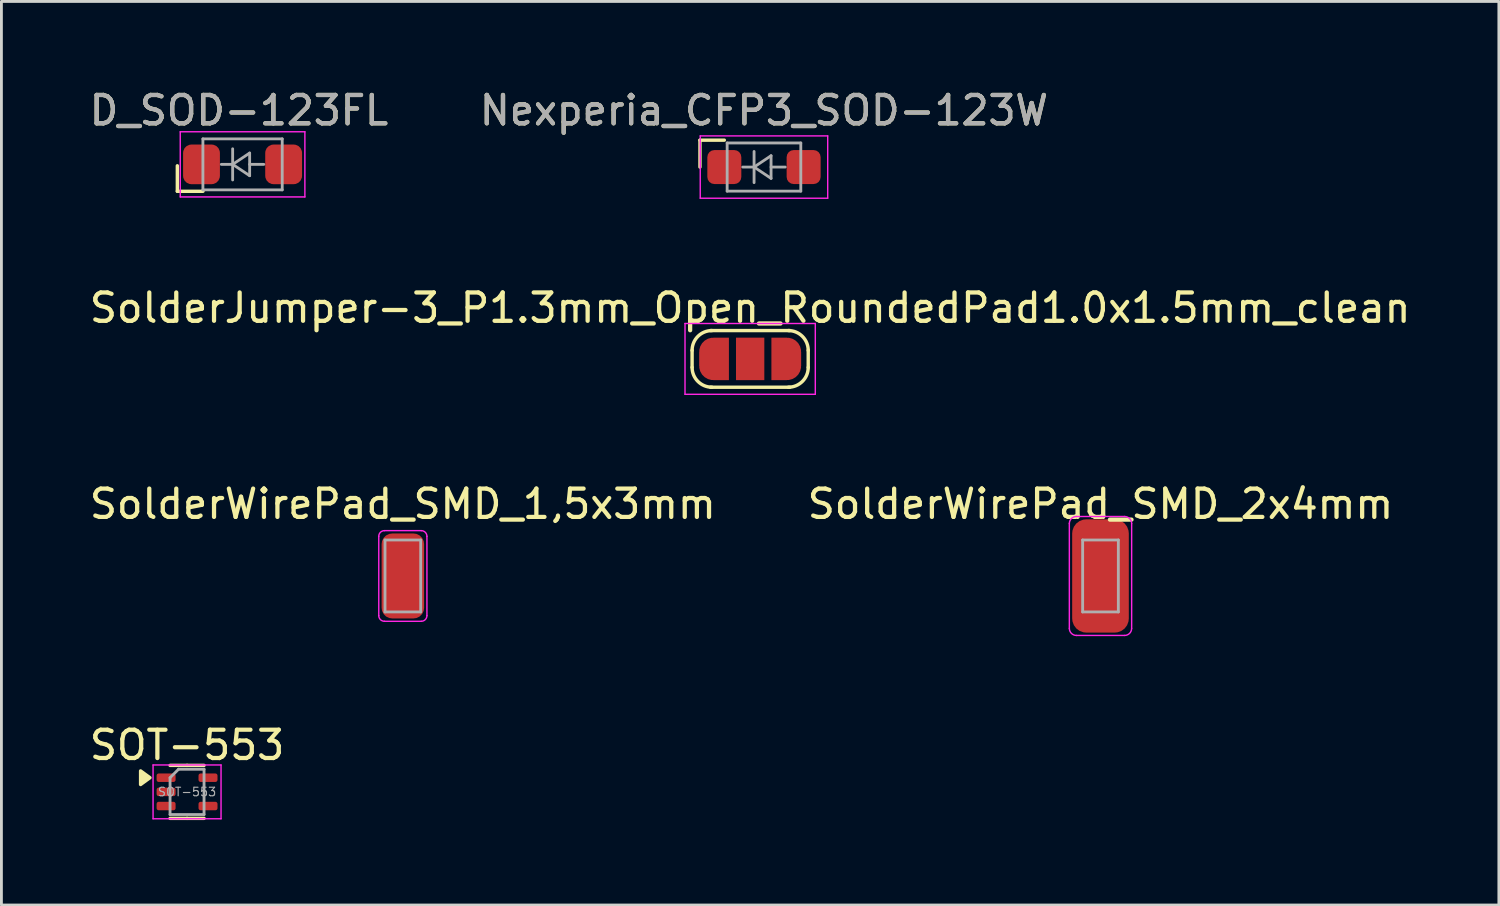
<source format=kicad_pcb>
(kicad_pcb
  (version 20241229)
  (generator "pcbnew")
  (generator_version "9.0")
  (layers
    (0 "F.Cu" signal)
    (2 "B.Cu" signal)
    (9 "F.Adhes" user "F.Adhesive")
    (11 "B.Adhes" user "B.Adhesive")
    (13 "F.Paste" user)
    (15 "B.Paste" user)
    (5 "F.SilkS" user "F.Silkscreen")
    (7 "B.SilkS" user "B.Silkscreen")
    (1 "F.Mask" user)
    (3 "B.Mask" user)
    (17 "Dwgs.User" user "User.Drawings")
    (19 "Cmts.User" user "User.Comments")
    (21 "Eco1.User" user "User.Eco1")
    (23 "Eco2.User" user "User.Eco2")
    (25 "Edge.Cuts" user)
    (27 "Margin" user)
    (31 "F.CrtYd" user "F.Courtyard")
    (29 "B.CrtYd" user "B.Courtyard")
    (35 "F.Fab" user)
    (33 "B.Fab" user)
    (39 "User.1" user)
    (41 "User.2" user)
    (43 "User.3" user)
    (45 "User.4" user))
  (footprint "SolderJumper-3_P1.3mm_Open_RoundedPad1.0x1.5mm_clean"
    (layer "F.Cu")
    (at 23.435 9.621)
    (property "Reference" "SolderJumper-3_P1.3mm_Open_RoundedPad1.0x1.5mm_clean" (at 0 -1.8 0) (layer "F.SilkS") (effects (font (size 1 1) (thickness 0.15))))
    (attr exclude_from_pos_files exclude_from_bom allow_soldermask_bridges)
    (fp_rect (start -0.75 -0.75) (end 0.75 0.75) (stroke (width 0) (type default)) (fill yes) (layer "F.Mask"))
    (fp_line (start -2.05 0.3) (end -2.05 -0.3) (stroke (width 0.12) (type solid)) (layer "F.SilkS"))
    (fp_line (start -1.4 -1) (end 1.4 -1) (stroke (width 0.12) (type solid)) (layer "F.SilkS"))
    (fp_line (start 1.4 1) (end -1.4 1) (stroke (width 0.12) (type solid)) (layer "F.SilkS"))
    (fp_line (start 2.05 -0.3) (end 2.05 0.3) (stroke (width 0.12) (type solid)) (layer "F.SilkS"))
    (fp_arc (start -2.05 -0.3) (mid -1.844975 -0.794975) (end -1.35 -1) (stroke (width 0.12) (type solid)) (layer "F.SilkS"))
    (fp_arc (start -1.35 1) (mid -1.844975 0.794975) (end -2.05 0.3) (stroke (width 0.12) (type solid)) (layer "F.SilkS"))
    (fp_arc (start 1.35 -1) (mid 1.844975 -0.794975) (end 2.05 -0.3) (stroke (width 0.12) (type solid)) (layer "F.SilkS"))
    (fp_arc (start 2.05 0.3) (mid 1.844975 0.794975) (end 1.35 1) (stroke (width 0.12) (type solid)) (layer "F.SilkS"))
    (fp_line (start -2.3 -1.25) (end -2.3 1.25) (stroke (width 0.05) (type solid)) (layer "F.CrtYd"))
    (fp_line (start -2.3 -1.25) (end 2.3 -1.25) (stroke (width 0.05) (type solid)) (layer "F.CrtYd"))
    (fp_line (start 2.3 1.25) (end -2.3 1.25) (stroke (width 0.05) (type solid)) (layer "F.CrtYd"))
    (fp_line (start 2.3 1.25) (end 2.3 -1.25) (stroke (width 0.05) (type solid)) (layer "F.CrtYd"))
    (pad "1" smd custom (at -1.3 0) (size 1 0.5) (layers "F.Cu" "F.Mask") (options (anchor rect)) (primitives (gr_circle (center 0 0.25) (end 0.5 0.25) (width 0) (fill yes)) (gr_circle (center 0 -0.25) (end 0.5 -0.25) (width 0) (fill yes)) (gr_poly (pts (xy 0.55 0.75) (xy 0 0.75) (xy 0 -0.75) (xy 0.55 -0.75)) (width 0) (fill yes))))
    (pad "2" smd rect (at 0 0) (size 1 1.5) (layers "F.Cu" "F.Mask"))
    (pad "3" smd custom (at 1.3 0) (size 1 0.5) (layers "F.Cu" "F.Mask") (options (anchor rect)) (primitives (gr_circle (center 0 0.25) (end 0.5 0.25) (width 0) (fill yes)) (gr_circle (center 0 -0.25) (end 0.5 -0.25) (width 0) (fill yes)) (gr_poly (pts (xy 0 0.75) (xy -0.55 0.75) (xy -0.55 -0.75) (xy 0 -0.75)) (width 0) (fill yes)))))
  (footprint "D_SOD-123FL"
    (layer "F.Cu")
    (at 5.514 2.753)
    (property "Reference" "D_SOD-123FL" (at -0.127 -1.905 0) (layer "F.SilkS") (effects (font (size 1 1) (thickness 0.15))))
    (attr smd)
    (fp_line (start -2.303 0.05) (end -2.303 0.95) (stroke (width 0.12) (type solid)) (layer "F.SilkS"))
    (fp_line (start -2.303 0.95) (end -1.397 0.95) (stroke (width 0.12) (type solid)) (layer "F.SilkS"))
    (fp_line (start -2.2 -1.15) (end -2.2 1.15) (stroke (width 0.05) (type solid)) (layer "F.CrtYd"))
    (fp_line (start -2.2 -1.15) (end 2.2 -1.15) (stroke (width 0.05) (type solid)) (layer "F.CrtYd"))
    (fp_line (start 2.2 -1.15) (end 2.2 1.15) (stroke (width 0.05) (type solid)) (layer "F.CrtYd"))
    (fp_line (start 2.2 1.15) (end -2.2 1.15) (stroke (width 0.05) (type solid)) (layer "F.CrtYd"))
    (fp_line (start -1.4 -0.9) (end 1.4 -0.9) (stroke (width 0.1) (type solid)) (layer "F.Fab"))
    (fp_line (start -1.4 0.9) (end -1.4 -0.9) (stroke (width 0.1) (type solid)) (layer "F.Fab"))
    (fp_line (start -0.75 0) (end -0.35 0) (stroke (width 0.1) (type solid)) (layer "F.Fab"))
    (fp_line (start -0.35 0) (end -0.35 -0.55) (stroke (width 0.1) (type solid)) (layer "F.Fab"))
    (fp_line (start -0.35 0) (end -0.35 0.55) (stroke (width 0.1) (type solid)) (layer "F.Fab"))
    (fp_line (start -0.35 0) (end 0.25 -0.4) (stroke (width 0.1) (type solid)) (layer "F.Fab"))
    (fp_line (start 0.25 -0.4) (end 0.25 0.4) (stroke (width 0.1) (type solid)) (layer "F.Fab"))
    (fp_line (start 0.25 0) (end 0.75 0) (stroke (width 0.1) (type solid)) (layer "F.Fab"))
    (fp_line (start 0.25 0.4) (end -0.35 0) (stroke (width 0.1) (type solid)) (layer "F.Fab"))
    (fp_line (start 1.4 -0.9) (end 1.4 0.9) (stroke (width 0.1) (type solid)) (layer "F.Fab"))
    (fp_line (start 1.4 0.9) (end -1.4 0.9) (stroke (width 0.1) (type solid)) (layer "F.Fab"))
    (fp_text user "${REFERENCE}" (at -0.127 -1.905 0) (layer "F.Fab") (effects (font (size 1 1) (thickness 0.15))))
    (pad "1" smd roundrect (at -1.45 0) (size 1.3 1.4) (layers "F.Cu" "F.Mask" "F.Paste") (roundrect_rratio 0.227))
    (pad "2" smd roundrect (at 1.45 0) (size 1.3 1.4) (layers "F.Cu" "F.Mask" "F.Paste") (roundrect_rratio 0.227)))
  (footprint "SolderWirePad_SMD_2x4mm"
    (layer "F.Cu")
    (at 35.804 17.285)
    (property "Reference" "SolderWirePad_SMD_2x4mm" (at 0 -2.54 0) (layer "F.SilkS") (effects (font (size 1 1) (thickness 0.15))))
    (attr exclude_from_pos_files exclude_from_bom)
    (fp_line (start -1.1 1.85) (end -1.1 -1.85) (stroke (width 0.05) (type default)) (layer "F.CrtYd"))
    (fp_line (start -0.85 -2.1) (end 0.85 -2.1) (stroke (width 0.05) (type default)) (layer "F.CrtYd"))
    (fp_line (start 0.85 2.1) (end -0.85 2.1) (stroke (width 0.05) (type default)) (layer "F.CrtYd"))
    (fp_line (start 1.1 -1.85) (end 1.1 1.85) (stroke (width 0.05) (type default)) (layer "F.CrtYd"))
    (fp_arc (start -1.1 -1.85) (mid -1.026777 -2.026777) (end -0.85 -2.1) (stroke (width 0.05) (type default)) (layer "F.CrtYd"))
    (fp_arc (start -0.85 2.1) (mid -1.026777 2.026777) (end -1.1 1.85) (stroke (width 0.05) (type default)) (layer "F.CrtYd"))
    (fp_arc (start 0.85 -2.1) (mid 1.026777 -2.026777) (end 1.1 -1.85) (stroke (width 0.05) (type default)) (layer "F.CrtYd"))
    (fp_arc (start 1.1 1.85) (mid 1.026777 2.026777) (end 0.85 2.1) (stroke (width 0.05) (type default)) (layer "F.CrtYd"))
    (fp_line (start -0.63 -1.27) (end 0.63 -1.27) (stroke (width 0.1) (type solid)) (layer "F.Fab"))
    (fp_line (start -0.63 1.27) (end -0.63 -1.27) (stroke (width 0.1) (type solid)) (layer "F.Fab"))
    (fp_line (start 0.63 -1.27) (end 0.63 1.27) (stroke (width 0.1) (type solid)) (layer "F.Fab"))
    (fp_line (start 0.63 1.27) (end -0.63 1.27) (stroke (width 0.1) (type solid)) (layer "F.Fab"))
    (pad "1" smd roundrect (at 0 0) (size 2 4) (layers "F.Cu" "F.Mask" "F.Paste") (roundrect_rratio 0.25)))
  (footprint "SOT-553"
    (layer "F.Cu")
    (at 3.554 24.908)
    (property "Reference" "SOT-553" (at 0 -1.65 0) (layer "F.SilkS") (effects (font (size 1 1) (thickness 0.15))))
    (attr smd)
    (fp_line (start 0 -0.935) (end -0.6 -0.935) (stroke (width 0.12) (type solid)) (layer "F.SilkS"))
    (fp_line (start 0 -0.935) (end 0.6 -0.935) (stroke (width 0.12) (type solid)) (layer "F.SilkS"))
    (fp_line (start 0 0.935) (end -0.6 0.935) (stroke (width 0.12) (type solid)) (layer "F.SilkS"))
    (fp_line (start 0 0.935) (end 0.6 0.935) (stroke (width 0.12) (type solid)) (layer "F.SilkS"))
    (fp_poly (pts (xy -1.31 -0.5) (xy -1.64 -0.74) (xy -1.64 -0.26) (xy -1.31 -0.5)) (stroke (width 0.12) (type solid)) (fill yes) (layer "F.SilkS"))
    (fp_line (start -1.2 -0.95) (end -1.2 0.95) (stroke (width 0.05) (type solid)) (layer "F.CrtYd"))
    (fp_line (start -1.2 0.95) (end 1.2 0.95) (stroke (width 0.05) (type solid)) (layer "F.CrtYd"))
    (fp_line (start 1.2 -0.95) (end -1.2 -0.95) (stroke (width 0.05) (type solid)) (layer "F.CrtYd"))
    (fp_line (start 1.2 0.95) (end 1.2 -0.95) (stroke (width 0.05) (type solid)) (layer "F.CrtYd"))
    (fp_line (start -0.6 -0.5) (end -0.3 -0.8) (stroke (width 0.1) (type solid)) (layer "F.Fab"))
    (fp_line (start -0.6 0.8) (end -0.6 -0.5) (stroke (width 0.1) (type solid)) (layer "F.Fab"))
    (fp_line (start -0.3 -0.8) (end 0.6 -0.8) (stroke (width 0.1) (type solid)) (layer "F.Fab"))
    (fp_line (start 0.6 -0.8) (end 0.6 0.8) (stroke (width 0.1) (type solid)) (layer "F.Fab"))
    (fp_line (start 0.6 0.8) (end -0.6 0.8) (stroke (width 0.1) (type solid)) (layer "F.Fab"))
    (fp_text user "${REFERENCE}" (at 0 0 0) (layer "F.Fab") (effects (font (size 0.3 0.3) (thickness 0.04))))
    (pad "1" smd roundrect (at -0.74 -0.5) (size 0.67 0.3) (layers "F.Cu" "F.Mask" "F.Paste") (roundrect_rratio 0.25))
    (pad "2" smd roundrect (at -0.74 0) (size 0.67 0.3) (layers "F.Cu" "F.Mask" "F.Paste") (roundrect_rratio 0.25))
    (pad "3" smd roundrect (at -0.74 0.5) (size 0.67 0.3) (layers "F.Cu" "F.Mask" "F.Paste") (roundrect_rratio 0.25))
    (pad "4" smd roundrect (at 0.74 0.5) (size 0.67 0.3) (layers "F.Cu" "F.Mask" "F.Paste") (roundrect_rratio 0.25))
    (pad "5" smd roundrect (at 0.74 -0.5) (size 0.67 0.3) (layers "F.Cu" "F.Mask" "F.Paste") (roundrect_rratio 0.25)))
  (footprint "SolderWirePad_SMD_1,5x3mm"
    (layer "F.Cu")
    (at 11.173 17.285)
    (property "Reference" "SolderWirePad_SMD_1,5x3mm" (at 0 -2.54 0) (layer "F.SilkS") (effects (font (size 1 1) (thickness 0.15))))
    (attr exclude_from_pos_files exclude_from_bom)
    (fp_line (start -0.85 1.4) (end -0.85 -1.4) (stroke (width 0.05) (type default)) (layer "F.CrtYd"))
    (fp_line (start -0.65 -1.6) (end 0.65 -1.6) (stroke (width 0.05) (type default)) (layer "F.CrtYd"))
    (fp_line (start 0.65 1.6) (end -0.65 1.6) (stroke (width 0.05) (type default)) (layer "F.CrtYd"))
    (fp_line (start 0.85 -1.4) (end 0.85 1.4) (stroke (width 0.05) (type default)) (layer "F.CrtYd"))
    (fp_arc (start -0.85 -1.4) (mid -0.791421 -1.541421) (end -0.65 -1.6) (stroke (width 0.05) (type default)) (layer "F.CrtYd"))
    (fp_arc (start -0.65 1.6) (mid -0.791421 1.541421) (end -0.85 1.4) (stroke (width 0.05) (type default)) (layer "F.CrtYd"))
    (fp_arc (start 0.65 -1.6) (mid 0.791421 -1.541421) (end 0.85 -1.4) (stroke (width 0.05) (type default)) (layer "F.CrtYd"))
    (fp_arc (start 0.85 1.4) (mid 0.791421 1.541421) (end 0.65 1.6) (stroke (width 0.05) (type default)) (layer "F.CrtYd"))
    (fp_line (start -0.63 -1.27) (end 0.63 -1.27) (stroke (width 0.1) (type solid)) (layer "F.Fab"))
    (fp_line (start -0.63 1.27) (end -0.63 -1.27) (stroke (width 0.1) (type solid)) (layer "F.Fab"))
    (fp_line (start 0.63 -1.27) (end 0.63 1.27) (stroke (width 0.1) (type solid)) (layer "F.Fab"))
    (fp_line (start 0.63 1.27) (end -0.63 1.27) (stroke (width 0.1) (type solid)) (layer "F.Fab"))
    (pad "1" smd roundrect (at 0 0) (size 1.5 3) (layers "F.Cu" "F.Mask" "F.Paste") (roundrect_rratio 0.25)))
  (footprint "Nexperia_CFP3_SOD-123W"
    (layer "F.Cu")
    (at 23.923 2.848)
    (property "Reference" "Nexperia_CFP3_SOD-123W" (at 0 -2 0) (layer "F.SilkS") (effects (font (size 1 1) (thickness 0.15))))
    (attr smd)
    (fp_line (start -2.26 -0.95) (end -2.26 0) (stroke (width 0.12) (type solid)) (layer "F.SilkS"))
    (fp_line (start -2.26 -0.95) (end -1.4 -0.95) (stroke (width 0.12) (type solid)) (layer "F.SilkS"))
    (fp_line (start -2.25 -1.1) (end -2.25 1.1) (stroke (width 0.05) (type solid)) (layer "F.CrtYd"))
    (fp_line (start -2.25 -1.1) (end 2.25 -1.1) (stroke (width 0.05) (type solid)) (layer "F.CrtYd"))
    (fp_line (start 2.25 -1.1) (end 2.25 1.1) (stroke (width 0.05) (type solid)) (layer "F.CrtYd"))
    (fp_line (start 2.25 1.1) (end -2.25 1.1) (stroke (width 0.05) (type solid)) (layer "F.CrtYd"))
    (fp_line (start -1.3 -0.85) (end 1.3 -0.85) (stroke (width 0.1) (type solid)) (layer "F.Fab"))
    (fp_line (start -1.3 0.85) (end -1.3 -0.85) (stroke (width 0.1) (type solid)) (layer "F.Fab"))
    (fp_line (start -0.75 0) (end -0.35 0) (stroke (width 0.1) (type solid)) (layer "F.Fab"))
    (fp_line (start -0.35 -0.55) (end -0.35 0.55) (stroke (width 0.1) (type solid)) (layer "F.Fab"))
    (fp_line (start -0.35 0) (end 0.25 -0.4) (stroke (width 0.1) (type solid)) (layer "F.Fab"))
    (fp_line (start -0.35 0) (end 0.25 0.4) (stroke (width 0.1) (type solid)) (layer "F.Fab"))
    (fp_line (start 0.25 -0.4) (end 0.25 0.4) (stroke (width 0.1) (type solid)) (layer "F.Fab"))
    (fp_line (start 0.75 0) (end 0.25 0) (stroke (width 0.1) (type solid)) (layer "F.Fab"))
    (fp_line (start 1.3 -0.85) (end 1.3 0.85) (stroke (width 0.1) (type solid)) (layer "F.Fab"))
    (fp_line (start 1.3 0.85) (end -1.3 0.85) (stroke (width 0.1) (type solid)) (layer "F.Fab"))
    (fp_text user "${REFERENCE}" (at 0 -2 0) (layer "F.Fab") (effects (font (size 1 1) (thickness 0.15))))
    (pad "1" smd roundrect (at -1.4 0) (size 1.2 1.2) (layers "F.Cu" "F.Mask" "F.Paste") (roundrect_rratio 0.208))
    (pad "2" smd roundrect (at 1.4 0) (size 1.2 1.2) (layers "F.Cu" "F.Mask" "F.Paste") (roundrect_rratio 0.208)))
  (gr_rect
    (start -3 -3)
    (end 49.869 28.903)
    (stroke (width 0.1) (type default))
    (fill no)
    (layer "Edge.Cuts")))
</source>
